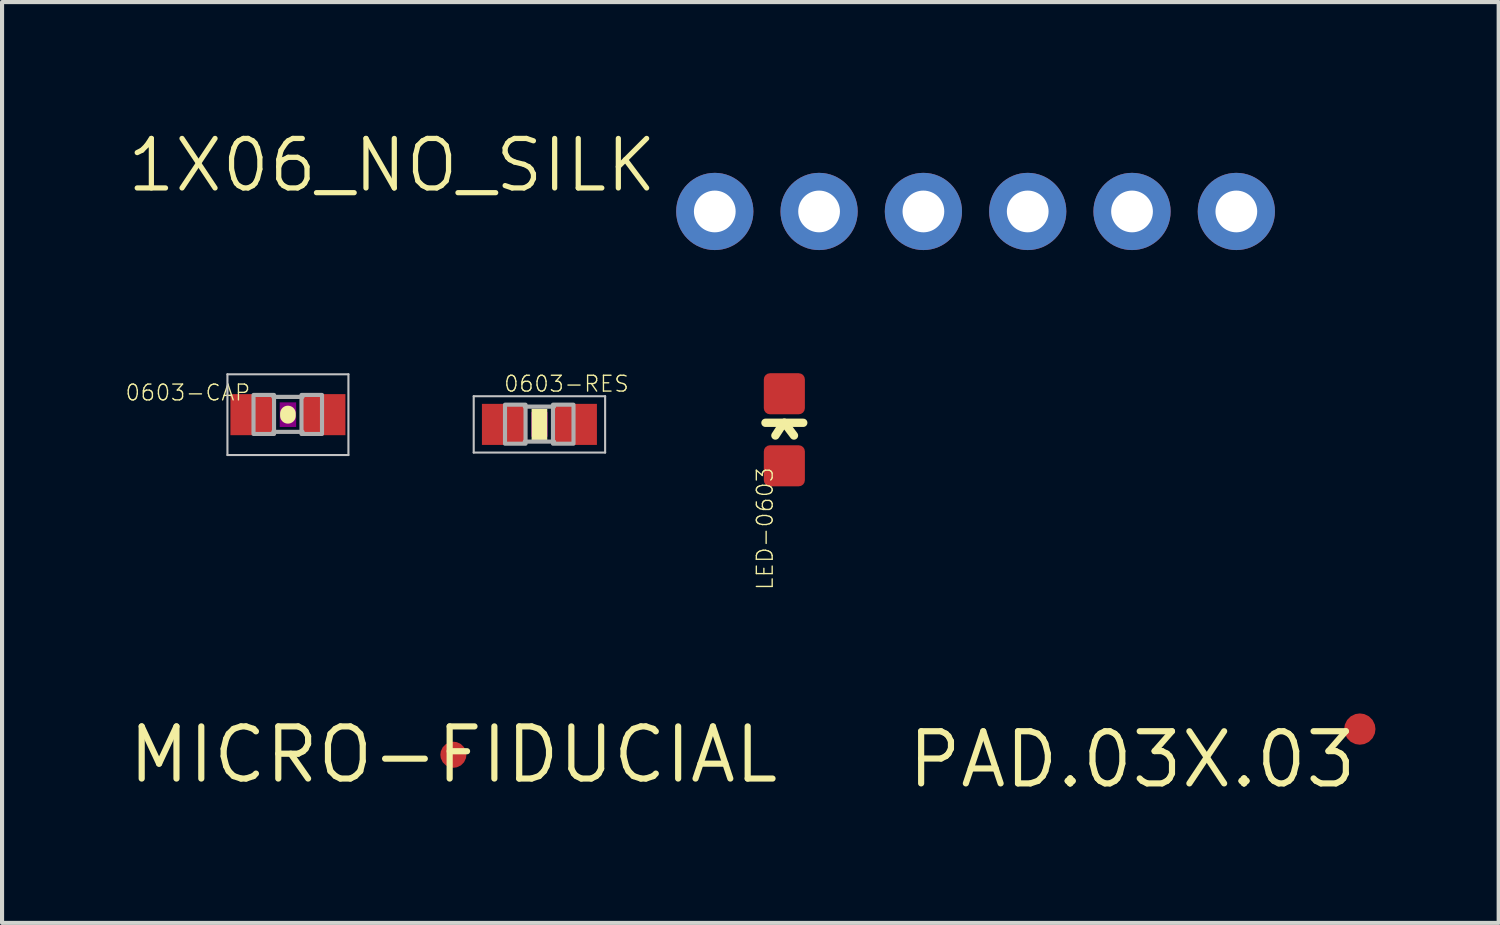
<source format=kicad_pcb>
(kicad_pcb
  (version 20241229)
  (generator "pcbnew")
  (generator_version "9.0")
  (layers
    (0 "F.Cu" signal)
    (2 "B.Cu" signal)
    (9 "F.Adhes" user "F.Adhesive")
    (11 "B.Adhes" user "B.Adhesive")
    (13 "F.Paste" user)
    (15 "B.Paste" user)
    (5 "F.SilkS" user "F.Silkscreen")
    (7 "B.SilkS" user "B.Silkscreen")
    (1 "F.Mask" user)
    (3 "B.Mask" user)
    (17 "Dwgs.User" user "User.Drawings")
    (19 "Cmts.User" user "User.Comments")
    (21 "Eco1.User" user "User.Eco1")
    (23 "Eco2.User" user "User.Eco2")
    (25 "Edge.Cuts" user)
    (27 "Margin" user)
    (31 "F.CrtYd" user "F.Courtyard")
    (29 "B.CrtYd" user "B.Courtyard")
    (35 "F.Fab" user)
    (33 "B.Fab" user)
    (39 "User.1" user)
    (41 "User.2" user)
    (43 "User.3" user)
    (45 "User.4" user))
  (footprint "1X06_NO_SILK"
    (layer "F.Cu")
    (at 14.355 2.099)
    (property "Reference" "1X06_NO_SILK" (at -1.346 -1.829 0) (layer "F.SilkS") (effects (font (size 1.206 1.206) (thickness 0.127)) (justify right top)))
    (attr through_hole)
    (fp_poly (pts (xy -0.254 0.254) (xy 0.254 0.254) (xy 0.254 -0.254) (xy -0.254 -0.254)) (stroke (width 0.1) (type solid)) (fill no) (layer "F.Fab"))
    (fp_poly (pts (xy 2.286 0.254) (xy 2.794 0.254) (xy 2.794 -0.254) (xy 2.286 -0.254)) (stroke (width 0.1) (type solid)) (fill no) (layer "F.Fab"))
    (fp_poly (pts (xy 4.826 0.254) (xy 5.334 0.254) (xy 5.334 -0.254) (xy 4.826 -0.254)) (stroke (width 0.1) (type solid)) (fill no) (layer "F.Fab"))
    (fp_poly (pts (xy 7.366 0.254) (xy 7.874 0.254) (xy 7.874 -0.254) (xy 7.366 -0.254)) (stroke (width 0.1) (type solid)) (fill no) (layer "F.Fab"))
    (fp_poly (pts (xy 9.906 0.254) (xy 10.414 0.254) (xy 10.414 -0.254) (xy 9.906 -0.254)) (stroke (width 0.1) (type solid)) (fill no) (layer "F.Fab"))
    (fp_poly (pts (xy 12.446 0.254) (xy 12.954 0.254) (xy 12.954 -0.254) (xy 12.446 -0.254)) (stroke (width 0.1) (type solid)) (fill no) (layer "F.Fab"))
    (pad "1" thru_hole circle (at 0 0 90) (size 1.88 1.88) (drill 1.016) (layers "*.Cu" "*.Mask"))
    (pad "2" thru_hole circle (at 2.54 0 90) (size 1.88 1.88) (drill 1.016) (layers "*.Cu" "*.Mask"))
    (pad "3" thru_hole circle (at 5.08 0 90) (size 1.88 1.88) (drill 1.016) (layers "*.Cu" "*.Mask"))
    (pad "4" thru_hole circle (at 7.62 0 90) (size 1.88 1.88) (drill 1.016) (layers "*.Cu" "*.Mask"))
    (pad "5" thru_hole circle (at 10.16 0 90) (size 1.88 1.88) (drill 1.016) (layers "*.Cu" "*.Mask"))
    (pad "6" thru_hole circle (at 12.7 0 90) (size 1.88 1.88) (drill 1.016) (layers "*.Cu" "*.Mask")))
  (footprint "MICRO-FIDUCIAL"
    (layer "F.Cu")
    (at 7.99 15.328)
    (property "Reference" "MICRO-FIDUCIAL" (at 0 0 0) (layer "F.SilkS") (effects (font (size 1.27 1.27) (thickness 0.15))))
    (attr through_hole)
    (pad "1" smd roundrect (at 0 0) (size 0.635 0.635) (layers "F.Cu" "F.Mask") (roundrect_rratio 0.5)))
  (footprint "LED-0603"
    (layer "F.Cu")
    (at 16.049 7.415)
    (property "Reference" "LED-0603" (at -0.699 0.889 90) (layer "F.SilkS") (effects (font (size 0.386 0.386) (thickness 0.033)) (justify right top)))
    (attr through_hole)
    (fp_line (start -0.46 -0.17) (end 0 -0.17) (stroke (width 0.203) (type solid)) (layer "F.SilkS"))
    (fp_line (start -0.025 -0.155) (end -0.218 0.14) (stroke (width 0.203) (type solid)) (layer "F.SilkS"))
    (fp_line (start 0 -0.17) (end 0.234 0.14) (stroke (width 0.203) (type solid)) (layer "F.SilkS"))
    (fp_line (start 0.46 -0.17) (end 0 -0.17) (stroke (width 0.203) (type solid)) (layer "F.SilkS"))
    (pad "A" smd roundrect (at 0 0.877) (size 1 1) (layers "F.Cu" "F.Mask" "F.Paste") (roundrect_rratio 0.15))
    (pad "C" smd roundrect (at 0 -0.877) (size 1 1) (layers "F.Cu" "F.Mask" "F.Paste") (roundrect_rratio 0.15)))
  (footprint "0603-RES"
    (layer "F.Cu")
    (at 10.085 7.284)
    (property "Reference" "0603-RES" (at -0.889 -0.762 0) (layer "F.SilkS") (effects (font (size 0.386 0.386) (thickness 0.033)) (justify left bottom)))
    (attr through_hole)
    (fp_poly (pts (xy -0.191 0.381) (xy 0.191 0.381) (xy 0.191 -0.381) (xy -0.191 -0.381)) (stroke (width 0) (type solid)) (fill yes) (layer "F.SilkS"))
    (fp_poly (pts (xy -0.2 0.3) (xy 0.2 0.3) (xy 0.2 -0.3) (xy -0.2 -0.3)) (stroke (width 0) (type solid)) (fill yes) (layer "F.Adhes"))
    (fp_line (start -1.6 -0.686) (end 1.6 -0.686) (stroke (width 0.051) (type solid)) (layer "Dwgs.User"))
    (fp_line (start -1.6 0.686) (end -1.6 -0.686) (stroke (width 0.051) (type solid)) (layer "Dwgs.User"))
    (fp_line (start 1.6 -0.686) (end 1.6 0.686) (stroke (width 0.051) (type solid)) (layer "Dwgs.User"))
    (fp_line (start 1.6 0.686) (end -1.6 0.686) (stroke (width 0.051) (type solid)) (layer "Dwgs.User"))
    (fp_line (start -0.356 -0.432) (end 0.356 -0.432) (stroke (width 0.102) (type solid)) (layer "F.Fab"))
    (fp_line (start -0.356 0.419) (end 0.356 0.419) (stroke (width 0.102) (type solid)) (layer "F.Fab"))
    (fp_poly (pts (xy -0.838 0.47) (xy -0.338 0.47) (xy -0.338 -0.48) (xy -0.838 -0.48)) (stroke (width 0.1) (type solid)) (fill no) (layer "F.Fab"))
    (fp_poly (pts (xy 0.33 0.47) (xy 0.83 0.47) (xy 0.83 -0.48) (xy 0.33 -0.48)) (stroke (width 0.1) (type solid)) (fill no) (layer "F.Fab"))
    (pad "1" smd rect (at -0.85 0) (size 1.1 1) (layers "F.Cu" "F.Mask" "F.Paste"))
    (pad "2" smd rect (at 0.85 0) (size 1.1 1) (layers "F.Cu" "F.Mask" "F.Paste")))
  (footprint "0603-CAP"
    (layer "F.Cu")
    (at 3.961 7.047)
    (property "Reference" "0603-CAP" (at -0.889 -0.762 0) (layer "F.SilkS") (effects (font (size 0.386 0.386) (thickness 0.033)) (justify right top)))
    (attr through_hole)
    (fp_line (start 0 -0.028) (end 0 0.028) (stroke (width 0.381) (type solid)) (layer "F.SilkS"))
    (fp_poly (pts (xy -0.2 0.3) (xy 0.2 0.3) (xy 0.2 -0.3) (xy -0.2 -0.3)) (stroke (width 0) (type solid)) (fill yes) (layer "F.Adhes"))
    (fp_line (start -1.473 -0.983) (end 1.473 -0.983) (stroke (width 0.051) (type solid)) (layer "Dwgs.User"))
    (fp_line (start -1.473 0.983) (end -1.473 -0.983) (stroke (width 0.051) (type solid)) (layer "Dwgs.User"))
    (fp_line (start 1.473 -0.983) (end 1.473 0.983) (stroke (width 0.051) (type solid)) (layer "Dwgs.User"))
    (fp_line (start 1.473 0.983) (end -1.473 0.983) (stroke (width 0.051) (type solid)) (layer "Dwgs.User"))
    (fp_line (start -0.356 -0.432) (end 0.356 -0.432) (stroke (width 0.102) (type solid)) (layer "F.Fab"))
    (fp_line (start -0.356 0.419) (end 0.356 0.419) (stroke (width 0.102) (type solid)) (layer "F.Fab"))
    (fp_poly (pts (xy -0.838 0.47) (xy -0.338 0.47) (xy -0.338 -0.48) (xy -0.838 -0.48)) (stroke (width 0.1) (type solid)) (fill no) (layer "F.Fab"))
    (fp_poly (pts (xy 0.33 0.47) (xy 0.83 0.47) (xy 0.83 -0.48) (xy 0.33 -0.48)) (stroke (width 0.1) (type solid)) (fill no) (layer "F.Fab"))
    (pad "1" smd rect (at -0.85 0) (size 1.1 1) (layers "F.Cu" "F.Mask" "F.Paste"))
    (pad "2" smd rect (at 0.85 0) (size 1.1 1) (layers "F.Cu" "F.Mask" "F.Paste")))
  (footprint "PAD.03X.03"
    (layer "F.Cu")
    (at 30.062 14.703)
    (property "Reference" "PAD.03X.03" (at 0 0 0) (layer "F.SilkS") (effects (font (size 1.27 1.27) (thickness 0.15)) (justify right top)))
    (attr through_hole)
    (pad "P$1" smd roundrect (at 0 0) (size 0.762 0.762) (layers "F.Cu" "F.Mask") (roundrect_rratio 0.5)))
  (gr_rect
    (start -3 -3)
    (end 33.443 19.423)
    (stroke (width 0.1) (type default))
    (fill no)
    (layer "Edge.Cuts")))
</source>
